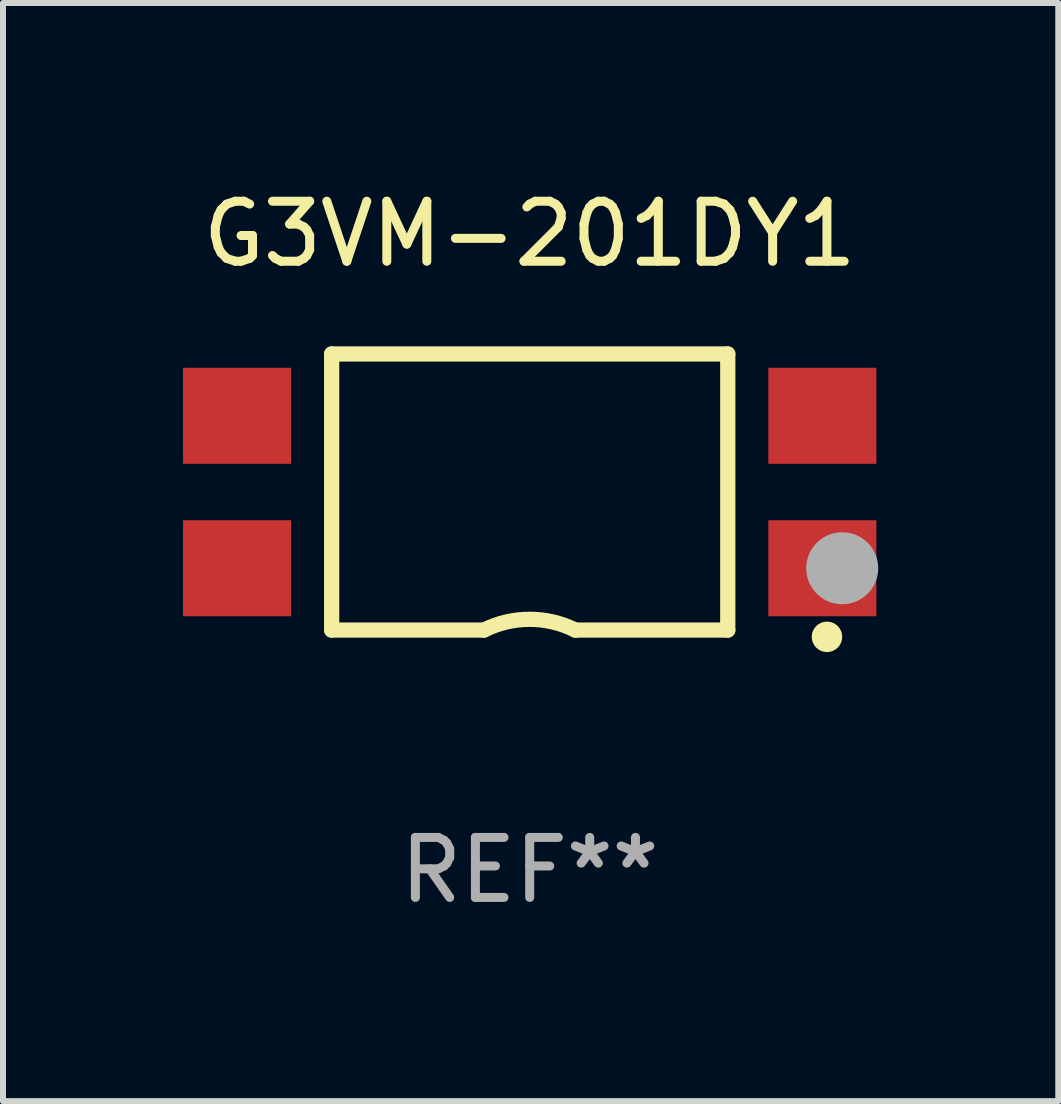
<source format=kicad_pcb>
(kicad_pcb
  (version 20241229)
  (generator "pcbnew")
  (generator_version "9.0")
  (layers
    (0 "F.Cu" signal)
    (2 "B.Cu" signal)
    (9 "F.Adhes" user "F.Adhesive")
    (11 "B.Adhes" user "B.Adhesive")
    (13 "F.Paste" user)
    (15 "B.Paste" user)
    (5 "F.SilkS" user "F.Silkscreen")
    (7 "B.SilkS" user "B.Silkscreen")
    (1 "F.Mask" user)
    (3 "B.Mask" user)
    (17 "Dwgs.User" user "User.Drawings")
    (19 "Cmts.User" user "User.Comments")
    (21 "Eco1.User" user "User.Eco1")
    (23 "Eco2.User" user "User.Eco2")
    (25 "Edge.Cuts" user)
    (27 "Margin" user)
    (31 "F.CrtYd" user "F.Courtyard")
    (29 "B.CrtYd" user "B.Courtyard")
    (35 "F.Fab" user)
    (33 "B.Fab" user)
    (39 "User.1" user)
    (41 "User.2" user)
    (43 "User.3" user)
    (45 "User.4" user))
  (footprint "G3VM-201DY1"
    (layer "F.Cu")
    (at 5.776 5.148)
    (property "Reference" "G3VM-201DY1" (at 0 -4.3 0) (layer "F.SilkS") (effects (font (size 1 1) (thickness 0.15))))
    (attr through_hole)
    (fp_line (start -3.3 -2.3) (end 3.3 -2.3) (stroke (width 0.254) (type solid)) (layer "F.SilkS"))
    (fp_line (start -3.3 2.3) (end -3.3 -2.3) (stroke (width 0.254) (type solid)) (layer "F.SilkS"))
    (fp_line (start -3.3 2.3) (end -0.762 2.3) (stroke (width 0.254) (type solid)) (layer "F.SilkS"))
    (fp_line (start 3.3 -2.3) (end 3.3 2.3) (stroke (width 0.254) (type solid)) (layer "F.SilkS"))
    (fp_line (start 3.3 2.3) (end 0.762 2.3) (stroke (width 0.254) (type solid)) (layer "F.SilkS"))
    (fp_arc (start -0.761976 2.300025) (mid 0.000169 2.120943) (end 0.762027 2.301244) (stroke (width 0.254001) (type solid)) (layer "F.SilkS"))
    (fp_circle (center 4.953 2.413) (end 5.08 2.413) (stroke (width 0.254) (type solid)) (fill no) (layer "F.SilkS"))
    (fp_circle (center 5 2.3) (end 5.03 2.3) (stroke (width 0.06) (type solid)) (fill no) (layer "F.SilkS"))
    (fp_arc (start 5.334138 1.270104) (mid 5.461138 1.240123) (end 5.588139 1.270104) (stroke (width 0.254001) (type solid)) (layer "F.Fab"))
    (fp_circle (center 5.207 1.27) (end 5.507 1.27) (stroke (width 0.6) (type solid)) (fill no) (layer "F.Fab"))
    (fp_text user "REF**" (at 0 6.3 0) (layer "F.Fab") (effects (font (size 1 1) (thickness 0.15))))
    (pad "1" smd rect (at 4.876 1.27) (size 1.8 1.6) (layers "F.Cu" "F.Mask" "F.Paste"))
    (pad "2" smd rect (at 4.876 -1.27) (size 1.8 1.6) (layers "F.Cu" "F.Mask" "F.Paste"))
    (pad "3" smd rect (at -4.876 -1.27) (size 1.8 1.6) (layers "F.Cu" "F.Mask" "F.Paste"))
    (pad "4" smd rect (at -4.876 1.27) (size 1.8 1.6) (layers "F.Cu" "F.Mask" "F.Paste")))
  (gr_rect
    (start -3 -3)
    (end 14.583 15.297)
    (stroke (width 0.1) (type default))
    (fill no)
    (layer "Edge.Cuts")))
</source>
